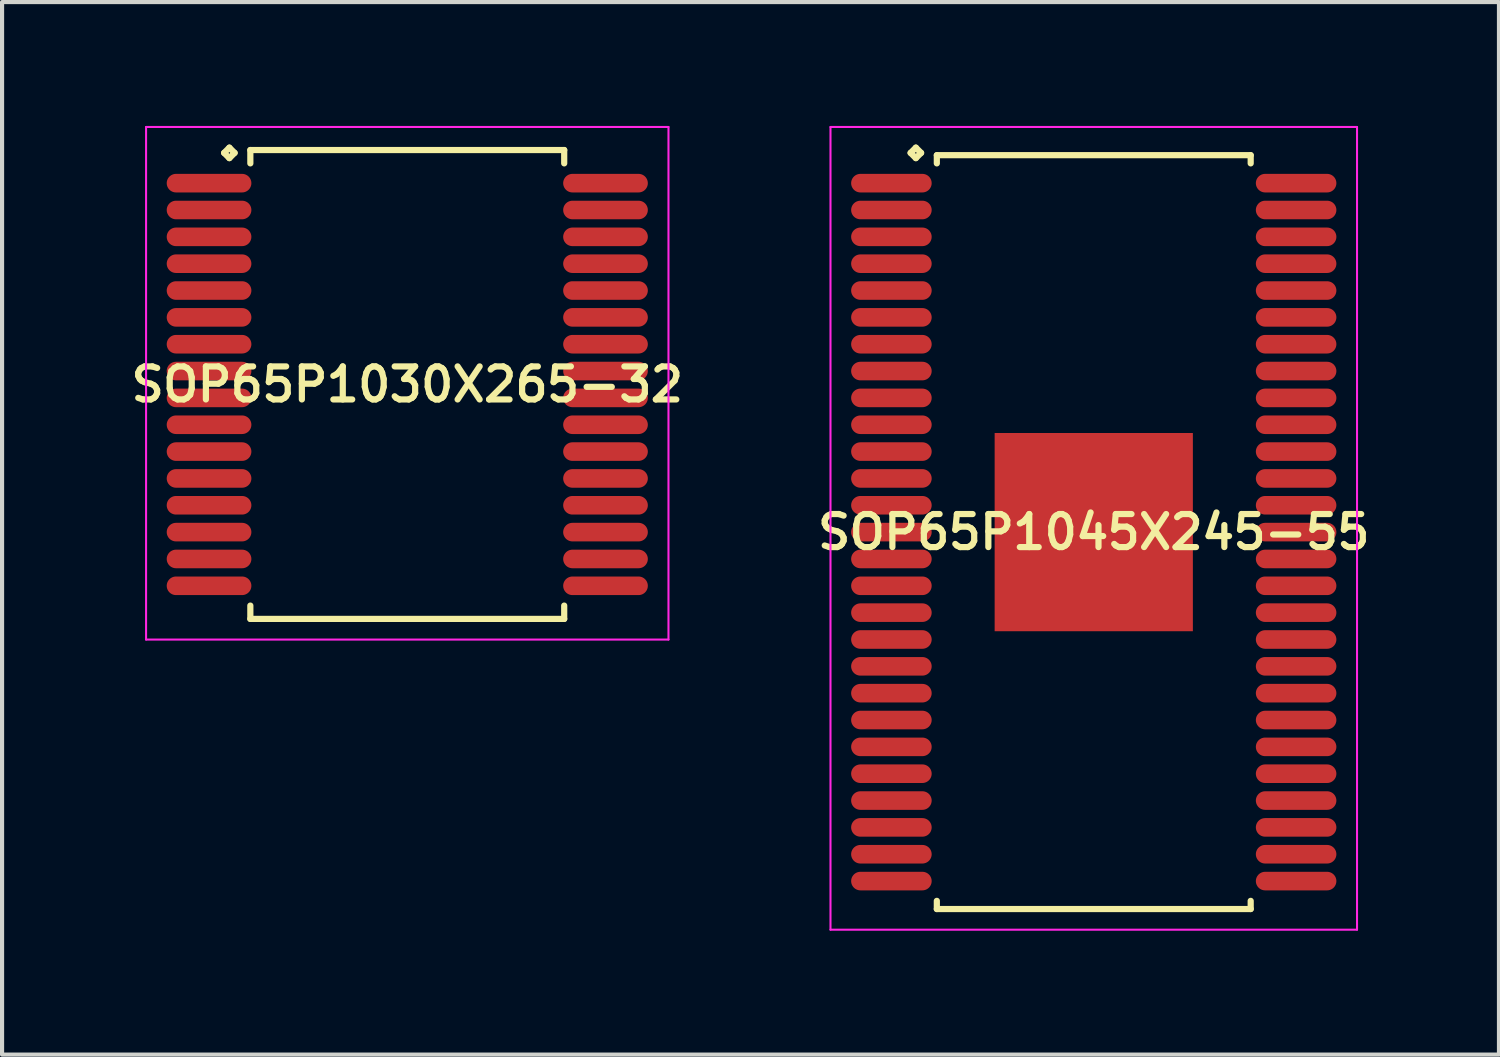
<source format=kicad_pcb>
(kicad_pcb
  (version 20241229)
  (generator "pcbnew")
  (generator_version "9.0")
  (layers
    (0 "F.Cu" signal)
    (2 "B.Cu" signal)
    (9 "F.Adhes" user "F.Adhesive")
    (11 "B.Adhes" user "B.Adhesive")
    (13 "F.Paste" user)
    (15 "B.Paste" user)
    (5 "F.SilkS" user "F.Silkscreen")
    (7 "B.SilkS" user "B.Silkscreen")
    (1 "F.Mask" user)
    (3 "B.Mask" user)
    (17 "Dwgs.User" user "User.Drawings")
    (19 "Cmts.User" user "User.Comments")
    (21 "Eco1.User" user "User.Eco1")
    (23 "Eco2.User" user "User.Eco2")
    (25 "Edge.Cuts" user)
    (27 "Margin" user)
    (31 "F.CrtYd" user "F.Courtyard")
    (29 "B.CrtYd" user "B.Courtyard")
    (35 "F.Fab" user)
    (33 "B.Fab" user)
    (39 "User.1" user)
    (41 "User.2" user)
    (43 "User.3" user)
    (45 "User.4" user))
  (footprint "SOP65P1045X245-55"
    (layer "F.Cu")
    (at 23.435 9.835)
    (property "Reference" "SOP65P1045X245-55" (at 0 0 0) (layer "F.SilkS") (effects (font (size 0.8 0.8) (thickness 0.15))))
    (attr smd)
    (fp_line (start -4.435 -9.183) (end -4.308 -9.31) (stroke (width 0.15) (type solid)) (layer "F.SilkS"))
    (fp_line (start -4.308 -9.31) (end -4.181 -9.183) (stroke (width 0.15) (type solid)) (layer "F.SilkS"))
    (fp_line (start -4.308 -9.056) (end -4.435 -9.183) (stroke (width 0.15) (type solid)) (layer "F.SilkS"))
    (fp_line (start -4.181 -9.183) (end -4.308 -9.056) (stroke (width 0.15) (type solid)) (layer "F.SilkS"))
    (fp_line (start -3.8 -9.127) (end 3.8 -9.127) (stroke (width 0.15) (type solid)) (layer "F.SilkS"))
    (fp_line (start -3.8 -8.929) (end -3.8 -9.127) (stroke (width 0.15) (type solid)) (layer "F.SilkS"))
    (fp_line (start -3.8 8.929) (end -3.8 9.127) (stroke (width 0.15) (type solid)) (layer "F.SilkS"))
    (fp_line (start -3.8 9.127) (end 3.8 9.127) (stroke (width 0.15) (type solid)) (layer "F.SilkS"))
    (fp_line (start 3.8 -9.127) (end 3.8 -8.929) (stroke (width 0.15) (type solid)) (layer "F.SilkS"))
    (fp_line (start 3.8 9.127) (end 3.8 8.929) (stroke (width 0.15) (type solid)) (layer "F.SilkS"))
    (fp_line (start -6.375 -9.81) (end 6.375 -9.81) (stroke (width 0.05) (type solid)) (layer "F.CrtYd"))
    (fp_line (start -6.375 9.627) (end -6.375 -9.81) (stroke (width 0.05) (type solid)) (layer "F.CrtYd"))
    (fp_line (start 6.375 -9.81) (end 6.375 9.627) (stroke (width 0.05) (type solid)) (layer "F.CrtYd"))
    (fp_line (start 6.375 9.627) (end -6.375 9.627) (stroke (width 0.05) (type solid)) (layer "F.CrtYd"))
    (pad "1" smd oval (at -4.9 -8.45) (size 1.95 0.45) (layers "F.Cu" "F.Mask" "F.Paste"))
    (pad "2" smd oval (at -4.9 -7.8) (size 1.95 0.45) (layers "F.Cu" "F.Mask" "F.Paste"))
    (pad "3" smd oval (at -4.9 -7.15) (size 1.95 0.45) (layers "F.Cu" "F.Mask" "F.Paste"))
    (pad "4" smd oval (at -4.9 -6.5) (size 1.95 0.45) (layers "F.Cu" "F.Mask" "F.Paste"))
    (pad "5" smd oval (at -4.9 -5.85) (size 1.95 0.45) (layers "F.Cu" "F.Mask" "F.Paste"))
    (pad "6" smd oval (at -4.9 -5.2) (size 1.95 0.45) (layers "F.Cu" "F.Mask" "F.Paste"))
    (pad "7" smd oval (at -4.9 -4.55) (size 1.95 0.45) (layers "F.Cu" "F.Mask" "F.Paste"))
    (pad "8" smd oval (at -4.9 -3.9) (size 1.95 0.45) (layers "F.Cu" "F.Mask" "F.Paste"))
    (pad "9" smd oval (at -4.9 -3.25) (size 1.95 0.45) (layers "F.Cu" "F.Mask" "F.Paste"))
    (pad "10" smd oval (at -4.9 -2.6) (size 1.95 0.45) (layers "F.Cu" "F.Mask" "F.Paste"))
    (pad "11" smd oval (at -4.9 -1.95) (size 1.95 0.45) (layers "F.Cu" "F.Mask" "F.Paste"))
    (pad "12" smd oval (at -4.9 -1.3) (size 1.95 0.45) (layers "F.Cu" "F.Mask" "F.Paste"))
    (pad "13" smd oval (at -4.9 -0.65) (size 1.95 0.45) (layers "F.Cu" "F.Mask" "F.Paste"))
    (pad "14" smd oval (at -4.9 0) (size 1.95 0.45) (layers "F.Cu" "F.Mask" "F.Paste"))
    (pad "15" smd oval (at -4.9 0.65) (size 1.95 0.45) (layers "F.Cu" "F.Mask" "F.Paste"))
    (pad "16" smd oval (at -4.9 1.3) (size 1.95 0.45) (layers "F.Cu" "F.Mask" "F.Paste"))
    (pad "17" smd oval (at -4.9 1.95) (size 1.95 0.45) (layers "F.Cu" "F.Mask" "F.Paste"))
    (pad "18" smd oval (at -4.9 2.6) (size 1.95 0.45) (layers "F.Cu" "F.Mask" "F.Paste"))
    (pad "19" smd oval (at -4.9 3.25) (size 1.95 0.45) (layers "F.Cu" "F.Mask" "F.Paste"))
    (pad "20" smd oval (at -4.9 3.9) (size 1.95 0.45) (layers "F.Cu" "F.Mask" "F.Paste"))
    (pad "21" smd oval (at -4.9 4.55) (size 1.95 0.45) (layers "F.Cu" "F.Mask" "F.Paste"))
    (pad "22" smd oval (at -4.9 5.2) (size 1.95 0.45) (layers "F.Cu" "F.Mask" "F.Paste"))
    (pad "23" smd oval (at -4.9 5.85) (size 1.95 0.45) (layers "F.Cu" "F.Mask" "F.Paste"))
    (pad "24" smd oval (at -4.9 6.5) (size 1.95 0.45) (layers "F.Cu" "F.Mask" "F.Paste"))
    (pad "25" smd oval (at -4.9 7.15) (size 1.95 0.45) (layers "F.Cu" "F.Mask" "F.Paste"))
    (pad "26" smd oval (at -4.9 7.8) (size 1.95 0.45) (layers "F.Cu" "F.Mask" "F.Paste"))
    (pad "27" smd oval (at -4.9 8.45) (size 1.95 0.45) (layers "F.Cu" "F.Mask" "F.Paste"))
    (pad "28" smd oval (at 4.9 8.45) (size 1.95 0.45) (layers "F.Cu" "F.Mask" "F.Paste"))
    (pad "29" smd oval (at 4.9 7.8) (size 1.95 0.45) (layers "F.Cu" "F.Mask" "F.Paste"))
    (pad "30" smd oval (at 4.9 7.15) (size 1.95 0.45) (layers "F.Cu" "F.Mask" "F.Paste"))
    (pad "31" smd oval (at 4.9 6.5) (size 1.95 0.45) (layers "F.Cu" "F.Mask" "F.Paste"))
    (pad "32" smd oval (at 4.9 5.85) (size 1.95 0.45) (layers "F.Cu" "F.Mask" "F.Paste"))
    (pad "33" smd oval (at 4.9 5.2) (size 1.95 0.45) (layers "F.Cu" "F.Mask" "F.Paste"))
    (pad "34" smd oval (at 4.9 4.55) (size 1.95 0.45) (layers "F.Cu" "F.Mask" "F.Paste"))
    (pad "35" smd oval (at 4.9 3.9) (size 1.95 0.45) (layers "F.Cu" "F.Mask" "F.Paste"))
    (pad "36" smd oval (at 4.9 3.25) (size 1.95 0.45) (layers "F.Cu" "F.Mask" "F.Paste"))
    (pad "37" smd oval (at 4.9 2.6) (size 1.95 0.45) (layers "F.Cu" "F.Mask" "F.Paste"))
    (pad "38" smd oval (at 4.9 1.95) (size 1.95 0.45) (layers "F.Cu" "F.Mask" "F.Paste"))
    (pad "39" smd oval (at 4.9 1.3) (size 1.95 0.45) (layers "F.Cu" "F.Mask" "F.Paste"))
    (pad "40" smd oval (at 4.9 0.65) (size 1.95 0.45) (layers "F.Cu" "F.Mask" "F.Paste"))
    (pad "41" smd oval (at 4.9 0) (size 1.95 0.45) (layers "F.Cu" "F.Mask" "F.Paste"))
    (pad "42" smd oval (at 4.9 -0.65) (size 1.95 0.45) (layers "F.Cu" "F.Mask" "F.Paste"))
    (pad "43" smd oval (at 4.9 -1.3) (size 1.95 0.45) (layers "F.Cu" "F.Mask" "F.Paste"))
    (pad "44" smd oval (at 4.9 -1.95) (size 1.95 0.45) (layers "F.Cu" "F.Mask" "F.Paste"))
    (pad "45" smd oval (at 4.9 -2.6) (size 1.95 0.45) (layers "F.Cu" "F.Mask" "F.Paste"))
    (pad "46" smd oval (at 4.9 -3.25) (size 1.95 0.45) (layers "F.Cu" "F.Mask" "F.Paste"))
    (pad "47" smd oval (at 4.9 -3.9) (size 1.95 0.45) (layers "F.Cu" "F.Mask" "F.Paste"))
    (pad "48" smd oval (at 4.9 -4.55) (size 1.95 0.45) (layers "F.Cu" "F.Mask" "F.Paste"))
    (pad "49" smd oval (at 4.9 -5.2) (size 1.95 0.45) (layers "F.Cu" "F.Mask" "F.Paste"))
    (pad "50" smd oval (at 4.9 -5.85) (size 1.95 0.45) (layers "F.Cu" "F.Mask" "F.Paste"))
    (pad "51" smd oval (at 4.9 -6.5) (size 1.95 0.45) (layers "F.Cu" "F.Mask" "F.Paste"))
    (pad "52" smd oval (at 4.9 -7.15) (size 1.95 0.45) (layers "F.Cu" "F.Mask" "F.Paste"))
    (pad "53" smd oval (at 4.9 -7.8) (size 1.95 0.45) (layers "F.Cu" "F.Mask" "F.Paste"))
    (pad "54" smd oval (at 4.9 -8.45) (size 1.95 0.45) (layers "F.Cu" "F.Mask" "F.Paste"))
    (pad "55" smd rect (at 0 0) (size 4.8 4.8) (layers "F.Cu" "F.Mask" "F.Paste")))
  (footprint "SOP65P1030X265-32"
    (layer "F.Cu")
    (at 6.812 6.26)
    (property "Reference" "SOP65P1030X265-32" (at 0 0 0) (layer "F.SilkS") (effects (font (size 0.8 0.8) (thickness 0.15))))
    (attr smd)
    (fp_line (start -4.435 -5.608) (end -4.308 -5.735) (stroke (width 0.15) (type solid)) (layer "F.SilkS"))
    (fp_line (start -4.308 -5.735) (end -4.181 -5.608) (stroke (width 0.15) (type solid)) (layer "F.SilkS"))
    (fp_line (start -4.308 -5.481) (end -4.435 -5.608) (stroke (width 0.15) (type solid)) (layer "F.SilkS"))
    (fp_line (start -4.181 -5.608) (end -4.308 -5.481) (stroke (width 0.15) (type solid)) (layer "F.SilkS"))
    (fp_line (start -3.8 -5.677) (end 3.8 -5.677) (stroke (width 0.15) (type solid)) (layer "F.SilkS"))
    (fp_line (start -3.8 -5.354) (end -3.8 -5.677) (stroke (width 0.15) (type solid)) (layer "F.SilkS"))
    (fp_line (start -3.8 5.354) (end -3.8 5.677) (stroke (width 0.15) (type solid)) (layer "F.SilkS"))
    (fp_line (start -3.8 5.677) (end 3.8 5.677) (stroke (width 0.15) (type solid)) (layer "F.SilkS"))
    (fp_line (start 3.8 -5.677) (end 3.8 -5.354) (stroke (width 0.15) (type solid)) (layer "F.SilkS"))
    (fp_line (start 3.8 5.677) (end 3.8 5.354) (stroke (width 0.15) (type solid)) (layer "F.SilkS"))
    (fp_line (start -6.325 -6.235) (end 6.325 -6.235) (stroke (width 0.05) (type solid)) (layer "F.CrtYd"))
    (fp_line (start -6.325 6.177) (end -6.325 -6.235) (stroke (width 0.05) (type solid)) (layer "F.CrtYd"))
    (fp_line (start 6.325 -6.235) (end 6.325 6.177) (stroke (width 0.05) (type solid)) (layer "F.CrtYd"))
    (fp_line (start 6.325 6.177) (end -6.325 6.177) (stroke (width 0.05) (type solid)) (layer "F.CrtYd"))
    (pad "1" smd oval (at -4.8 -4.875) (size 2.05 0.45) (layers "F.Cu" "F.Mask" "F.Paste"))
    (pad "2" smd oval (at -4.8 -4.225) (size 2.05 0.45) (layers "F.Cu" "F.Mask" "F.Paste"))
    (pad "3" smd oval (at -4.8 -3.575) (size 2.05 0.45) (layers "F.Cu" "F.Mask" "F.Paste"))
    (pad "4" smd oval (at -4.8 -2.925) (size 2.05 0.45) (layers "F.Cu" "F.Mask" "F.Paste"))
    (pad "5" smd oval (at -4.8 -2.275) (size 2.05 0.45) (layers "F.Cu" "F.Mask" "F.Paste"))
    (pad "6" smd oval (at -4.8 -1.625) (size 2.05 0.45) (layers "F.Cu" "F.Mask" "F.Paste"))
    (pad "7" smd oval (at -4.8 -0.975) (size 2.05 0.45) (layers "F.Cu" "F.Mask" "F.Paste"))
    (pad "8" smd oval (at -4.8 -0.325) (size 2.05 0.45) (layers "F.Cu" "F.Mask" "F.Paste"))
    (pad "9" smd oval (at -4.8 0.325) (size 2.05 0.45) (layers "F.Cu" "F.Mask" "F.Paste"))
    (pad "10" smd oval (at -4.8 0.975) (size 2.05 0.45) (layers "F.Cu" "F.Mask" "F.Paste"))
    (pad "11" smd oval (at -4.8 1.625) (size 2.05 0.45) (layers "F.Cu" "F.Mask" "F.Paste"))
    (pad "12" smd oval (at -4.8 2.275) (size 2.05 0.45) (layers "F.Cu" "F.Mask" "F.Paste"))
    (pad "13" smd oval (at -4.8 2.925) (size 2.05 0.45) (layers "F.Cu" "F.Mask" "F.Paste"))
    (pad "14" smd oval (at -4.8 3.575) (size 2.05 0.45) (layers "F.Cu" "F.Mask" "F.Paste"))
    (pad "15" smd oval (at -4.8 4.225) (size 2.05 0.45) (layers "F.Cu" "F.Mask" "F.Paste"))
    (pad "16" smd oval (at -4.8 4.875) (size 2.05 0.45) (layers "F.Cu" "F.Mask" "F.Paste"))
    (pad "17" smd oval (at 4.8 4.875) (size 2.05 0.45) (layers "F.Cu" "F.Mask" "F.Paste"))
    (pad "18" smd oval (at 4.8 4.225) (size 2.05 0.45) (layers "F.Cu" "F.Mask" "F.Paste"))
    (pad "19" smd oval (at 4.8 3.575) (size 2.05 0.45) (layers "F.Cu" "F.Mask" "F.Paste"))
    (pad "20" smd oval (at 4.8 2.925) (size 2.05 0.45) (layers "F.Cu" "F.Mask" "F.Paste"))
    (pad "21" smd oval (at 4.8 2.275) (size 2.05 0.45) (layers "F.Cu" "F.Mask" "F.Paste"))
    (pad "22" smd oval (at 4.8 1.625) (size 2.05 0.45) (layers "F.Cu" "F.Mask" "F.Paste"))
    (pad "23" smd oval (at 4.8 0.975) (size 2.05 0.45) (layers "F.Cu" "F.Mask" "F.Paste"))
    (pad "24" smd oval (at 4.8 0.325) (size 2.05 0.45) (layers "F.Cu" "F.Mask" "F.Paste"))
    (pad "25" smd oval (at 4.8 -0.325) (size 2.05 0.45) (layers "F.Cu" "F.Mask" "F.Paste"))
    (pad "26" smd oval (at 4.8 -0.975) (size 2.05 0.45) (layers "F.Cu" "F.Mask" "F.Paste"))
    (pad "27" smd oval (at 4.8 -1.625) (size 2.05 0.45) (layers "F.Cu" "F.Mask" "F.Paste"))
    (pad "28" smd oval (at 4.8 -2.275) (size 2.05 0.45) (layers "F.Cu" "F.Mask" "F.Paste"))
    (pad "29" smd oval (at 4.8 -2.925) (size 2.05 0.45) (layers "F.Cu" "F.Mask" "F.Paste"))
    (pad "30" smd oval (at 4.8 -3.575) (size 2.05 0.45) (layers "F.Cu" "F.Mask" "F.Paste"))
    (pad "31" smd oval (at 4.8 -4.225) (size 2.05 0.45) (layers "F.Cu" "F.Mask" "F.Paste"))
    (pad "32" smd oval (at 4.8 -4.875) (size 2.05 0.45) (layers "F.Cu" "F.Mask" "F.Paste")))
  (gr_rect
    (start -3 -3)
    (end 33.247 22.487)
    (stroke (width 0.1) (type default))
    (fill no)
    (layer "Edge.Cuts")))
</source>
